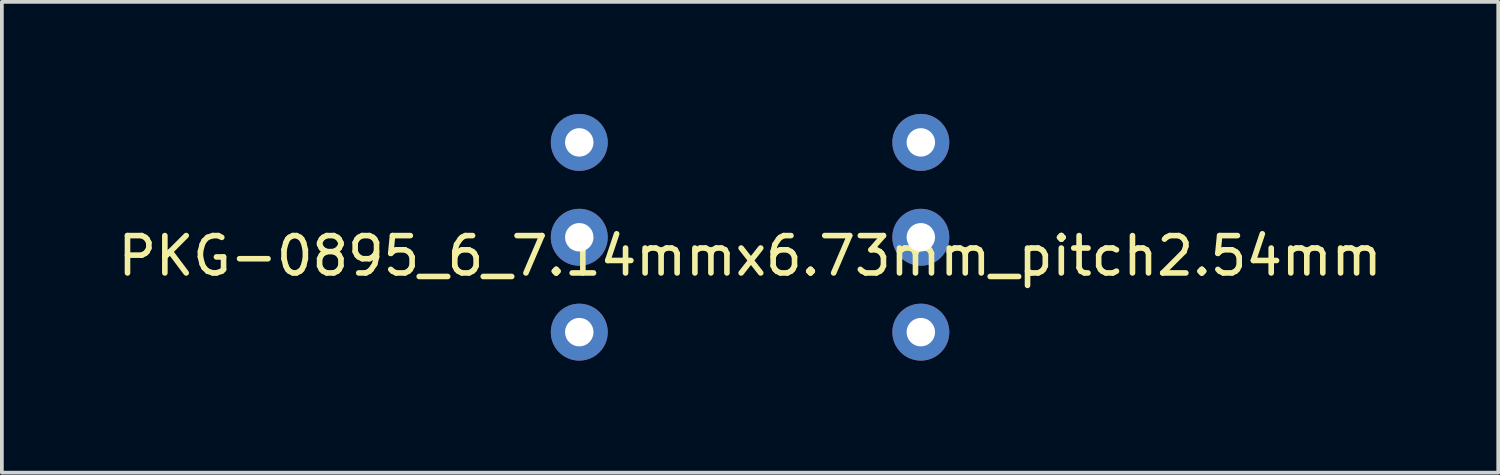
<source format=kicad_pcb>
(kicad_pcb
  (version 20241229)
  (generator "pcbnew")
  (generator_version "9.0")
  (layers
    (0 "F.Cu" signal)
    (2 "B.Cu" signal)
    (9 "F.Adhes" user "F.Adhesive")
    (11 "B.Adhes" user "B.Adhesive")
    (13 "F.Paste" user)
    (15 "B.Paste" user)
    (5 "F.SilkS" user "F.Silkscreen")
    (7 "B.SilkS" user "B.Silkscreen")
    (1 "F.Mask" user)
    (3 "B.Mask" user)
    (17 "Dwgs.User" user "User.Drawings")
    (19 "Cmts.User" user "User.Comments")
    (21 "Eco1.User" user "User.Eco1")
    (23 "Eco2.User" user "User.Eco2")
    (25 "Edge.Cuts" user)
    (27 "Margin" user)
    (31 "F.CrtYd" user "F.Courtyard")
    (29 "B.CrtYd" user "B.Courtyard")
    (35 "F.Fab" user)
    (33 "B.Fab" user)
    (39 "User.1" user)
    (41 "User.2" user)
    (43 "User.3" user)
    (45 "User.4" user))
  (footprint "PKG-0895_6_7.14mmx6.73mm_pitch2.54mm"
    (layer "F.Cu")
    (at 17.03 3.302)
    (property "Reference" "PKG-0895_6_7.14mmx6.73mm_pitch2.54mm" (at 0 0.5 0) (layer "F.SilkS") (effects (font (size 1 1) (thickness 0.15))))
    (attr through_hole)
    (pad "1" thru_hole circle (at -4.572 -2.54) (size 1.524 1.524) (drill 0.762) (layers "*.Cu" "*.Mask"))
    (pad "2" thru_hole circle (at -4.572 0) (size 1.524 1.524) (drill 0.762) (layers "*.Cu" "*.Mask"))
    (pad "3" thru_hole circle (at -4.572 2.54) (size 1.524 1.524) (drill 0.762) (layers "*.Cu" "*.Mask"))
    (pad "4" thru_hole circle (at 4.572 2.54) (size 1.524 1.524) (drill 0.762) (layers "*.Cu" "*.Mask"))
    (pad "5" thru_hole circle (at 4.572 0) (size 1.524 1.524) (drill 0.762) (layers "*.Cu" "*.Mask"))
    (pad "6" thru_hole circle (at 4.572 -2.54) (size 1.524 1.524) (drill 0.762) (layers "*.Cu" "*.Mask")))
  (gr_rect
    (start -3 -3)
    (end 37.06 9.604)
    (stroke (width 0.1) (type default))
    (fill no)
    (layer "Edge.Cuts")))
</source>
